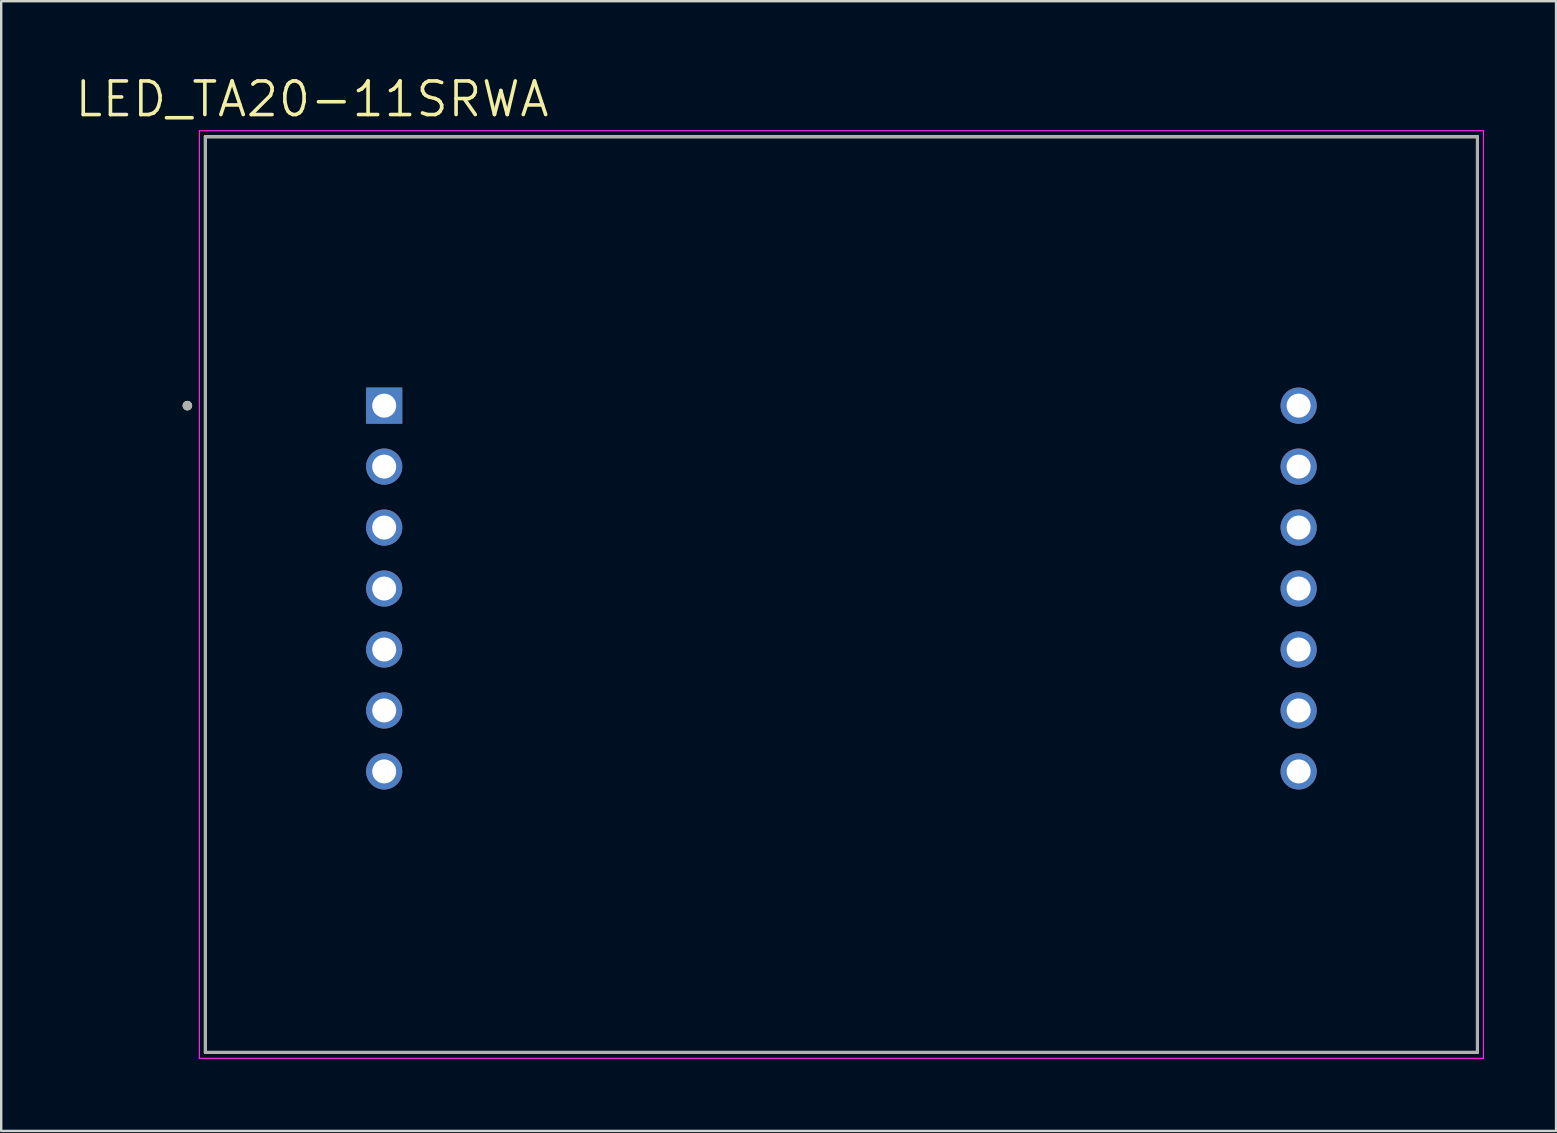
<source format=kicad_pcb>
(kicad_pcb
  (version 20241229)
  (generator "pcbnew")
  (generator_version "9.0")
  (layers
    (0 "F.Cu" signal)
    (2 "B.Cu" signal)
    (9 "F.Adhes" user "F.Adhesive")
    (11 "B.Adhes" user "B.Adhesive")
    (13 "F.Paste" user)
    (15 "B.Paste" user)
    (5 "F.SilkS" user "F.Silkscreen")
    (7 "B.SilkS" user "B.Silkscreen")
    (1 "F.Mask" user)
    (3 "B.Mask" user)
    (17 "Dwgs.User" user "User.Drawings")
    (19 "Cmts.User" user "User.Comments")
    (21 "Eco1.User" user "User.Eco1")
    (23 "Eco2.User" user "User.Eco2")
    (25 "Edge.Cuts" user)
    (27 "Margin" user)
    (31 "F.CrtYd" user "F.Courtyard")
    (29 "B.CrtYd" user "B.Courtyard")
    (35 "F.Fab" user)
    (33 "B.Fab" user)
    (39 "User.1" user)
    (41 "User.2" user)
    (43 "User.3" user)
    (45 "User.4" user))
  (footprint "LED_TA20-11SRWA"
    (layer "F.Cu")
    (at 32.007 21.471)
    (property "Reference" "LED_TA20-11SRWA" (at -22.055 -20.389 0) (layer "F.SilkS") (effects (font (size 1.4 1.4) (thickness 0.15))))
    (attr through_hole)
    (fp_line (start -26.5 19.325) (end -26.5 -18.825) (stroke (width 0.127) (type solid)) (layer "F.SilkS"))
    (fp_line (start -26.5 19.325) (end 26.5 19.325) (stroke (width 0.127) (type solid)) (layer "F.SilkS"))
    (fp_line (start 26.5 -18.825) (end -26.5 -18.825) (stroke (width 0.127) (type solid)) (layer "F.SilkS"))
    (fp_line (start 26.5 19.325) (end 26.5 -18.825) (stroke (width 0.127) (type solid)) (layer "F.SilkS"))
    (fp_circle (center -27.25 -7.62) (end -27.15 -7.62) (stroke (width 0.2) (type solid)) (fill no) (layer "F.SilkS"))
    (fp_line (start -26.75 -19.075) (end -26.75 19.575) (stroke (width 0.05) (type solid)) (layer "F.CrtYd"))
    (fp_line (start -26.75 -19.075) (end 26.75 -19.075) (stroke (width 0.05) (type solid)) (layer "F.CrtYd"))
    (fp_line (start -26.75 19.575) (end 26.75 19.575) (stroke (width 0.05) (type solid)) (layer "F.CrtYd"))
    (fp_line (start 26.75 -19.075) (end 26.75 19.575) (stroke (width 0.05) (type solid)) (layer "F.CrtYd"))
    (fp_line (start -26.5 -18.825) (end 26.5 -18.825) (stroke (width 0.127) (type solid)) (layer "F.Fab"))
    (fp_line (start -26.5 19.325) (end -26.5 -18.825) (stroke (width 0.127) (type solid)) (layer "F.Fab"))
    (fp_line (start -26.5 19.325) (end 26.5 19.325) (stroke (width 0.127) (type solid)) (layer "F.Fab"))
    (fp_line (start 26.5 19.325) (end 26.5 -18.825) (stroke (width 0.127) (type solid)) (layer "F.Fab"))
    (fp_circle (center -27.25 -7.62) (end -27.15 -7.62) (stroke (width 0.2) (type solid)) (fill no) (layer "F.Fab"))
    (pad "1" thru_hole rect (at -19.05 -7.62) (size 1.508 1.508) (drill 1) (layers "*.Cu" "*.Mask"))
    (pad "2" thru_hole circle (at -19.05 -5.08) (size 1.508 1.508) (drill 1) (layers "*.Cu" "*.Mask"))
    (pad "3" thru_hole circle (at -19.05 -2.54) (size 1.508 1.508) (drill 1) (layers "*.Cu" "*.Mask"))
    (pad "4" thru_hole circle (at -19.05 0) (size 1.508 1.508) (drill 1) (layers "*.Cu" "*.Mask"))
    (pad "5" thru_hole circle (at -19.05 2.54) (size 1.508 1.508) (drill 1) (layers "*.Cu" "*.Mask"))
    (pad "6" thru_hole circle (at -19.05 5.08) (size 1.508 1.508) (drill 1) (layers "*.Cu" "*.Mask"))
    (pad "7" thru_hole circle (at -19.05 7.62) (size 1.508 1.508) (drill 1) (layers "*.Cu" "*.Mask"))
    (pad "8" thru_hole circle (at 19.05 7.62) (size 1.508 1.508) (drill 1) (layers "*.Cu" "*.Mask"))
    (pad "9" thru_hole circle (at 19.05 5.08) (size 1.508 1.508) (drill 1) (layers "*.Cu" "*.Mask"))
    (pad "10" thru_hole circle (at 19.05 2.54) (size 1.508 1.508) (drill 1) (layers "*.Cu" "*.Mask"))
    (pad "11" thru_hole circle (at 19.05 0) (size 1.508 1.508) (drill 1) (layers "*.Cu" "*.Mask"))
    (pad "12" thru_hole circle (at 19.05 -2.54) (size 1.508 1.508) (drill 1) (layers "*.Cu" "*.Mask"))
    (pad "13" thru_hole circle (at 19.05 -5.08) (size 1.508 1.508) (drill 1) (layers "*.Cu" "*.Mask"))
    (pad "14" thru_hole circle (at 19.05 -7.62) (size 1.508 1.508) (drill 1) (layers "*.Cu" "*.Mask")))
  (gr_rect
    (start -3 -3)
    (end 61.782 44.071)
    (stroke (width 0.1) (type default))
    (fill no)
    (layer "Edge.Cuts")))
</source>
